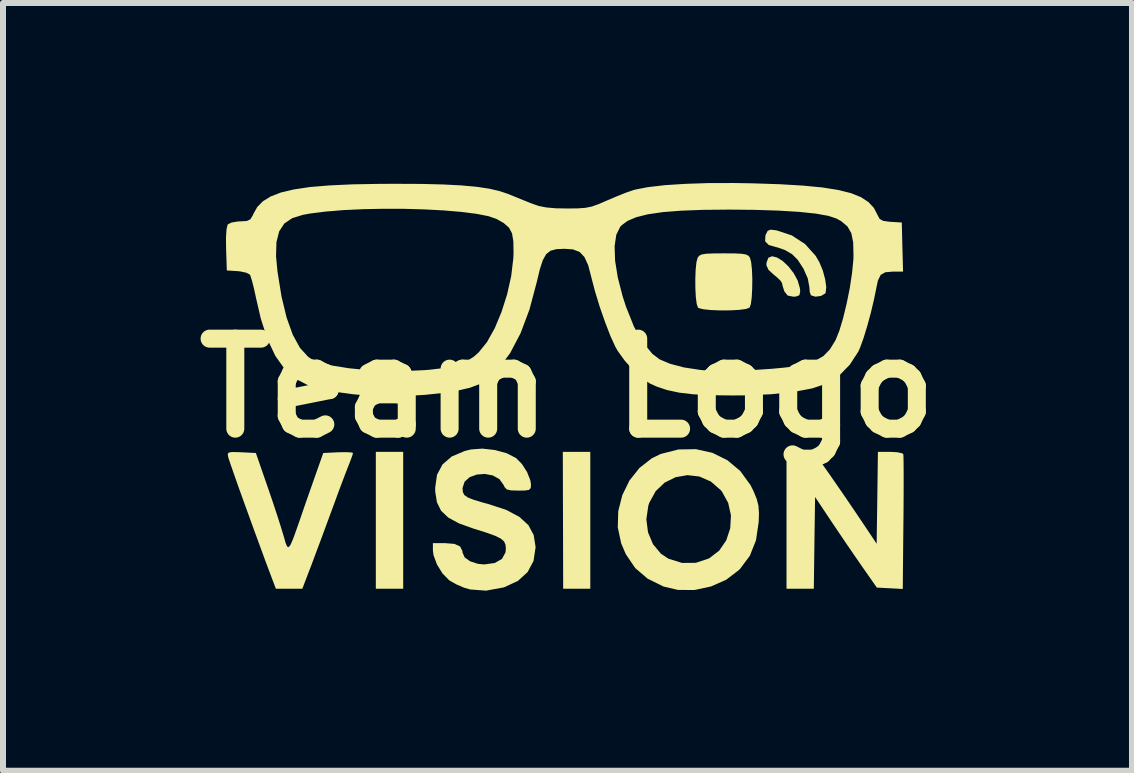
<source format=kicad_pcb>
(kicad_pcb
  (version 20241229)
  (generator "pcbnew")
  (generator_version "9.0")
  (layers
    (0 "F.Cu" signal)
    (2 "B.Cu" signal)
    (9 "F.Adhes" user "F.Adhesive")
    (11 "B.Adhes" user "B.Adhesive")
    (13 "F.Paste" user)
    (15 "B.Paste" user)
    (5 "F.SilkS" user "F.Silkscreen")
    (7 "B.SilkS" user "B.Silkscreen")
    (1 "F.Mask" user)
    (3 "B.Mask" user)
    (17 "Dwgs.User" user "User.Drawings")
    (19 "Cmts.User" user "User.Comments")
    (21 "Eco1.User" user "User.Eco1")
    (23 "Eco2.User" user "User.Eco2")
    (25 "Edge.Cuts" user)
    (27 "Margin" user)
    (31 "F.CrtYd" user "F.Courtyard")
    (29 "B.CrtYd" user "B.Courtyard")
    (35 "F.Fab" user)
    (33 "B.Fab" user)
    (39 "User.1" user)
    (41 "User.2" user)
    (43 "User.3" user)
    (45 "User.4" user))
  (footprint "Team Logo"
    (layer "F.Cu")
    (at 6.407 3.415)
    (property "Reference" "Team Logo" (at 0 0 0) (layer "F.SilkS") (effects (font (size 1.5 1.5) (thickness 0.3))))
    (attr board_only exclude_from_pos_files exclude_from_bom)
    (fp_poly (pts (xy -2.738 2.205) (xy -2.738 3.346) (xy -2.966 3.346) (xy -3.194 3.346) (xy -3.194 2.205) (xy -3.194 1.065) (xy -2.966 1.065) (xy -2.738 1.065)) (stroke (width 0) (type solid)) (fill yes) (layer "F.SilkS"))
    (fp_poly (pts (xy 0.38 2.205) (xy 0.38 3.346) (xy 0.154 3.346) (xy -0.072 3.346) (xy -0.075 2.205) (xy -0.078 1.065) (xy 0.151 1.065) (xy 0.38 1.065)) (stroke (width 0) (type solid)) (fill yes) (layer "F.SilkS"))
    (fp_poly (pts (xy 3.494 -2.173) (xy 3.588 -2.114) (xy 3.683 -2.024) (xy 3.769 -1.913) (xy 3.836 -1.79) (xy 3.873 -1.662) (xy 3.878 -1.607) (xy 3.864 -1.545) (xy 3.807 -1.523) (xy 3.763 -1.521) (xy 3.67 -1.539) (xy 3.617 -1.605) (xy 3.611 -1.618) (xy 3.584 -1.703) (xy 3.574 -1.75) (xy 3.547 -1.791) (xy 3.477 -1.856) (xy 3.439 -1.886) (xy 3.349 -1.969) (xy 3.315 -2.044) (xy 3.316 -2.087) (xy 3.347 -2.169) (xy 3.41 -2.195)) (stroke (width 0) (type solid)) (fill yes) (layer "F.SilkS"))
    (fp_poly (pts (xy 3.478 -2.627) (xy 3.486 -2.625) (xy 3.738 -2.542) (xy 3.96 -2.397) (xy 4.135 -2.202) (xy 4.197 -2.096) (xy 4.255 -1.956) (xy 4.294 -1.811) (xy 4.312 -1.682) (xy 4.303 -1.592) (xy 4.294 -1.574) (xy 4.224 -1.533) (xy 4.132 -1.521) (xy 4.059 -1.543) (xy 4.056 -1.546) (xy 4.037 -1.599) (xy 4.031 -1.68) (xy 4.004 -1.825) (xy 3.933 -1.987) (xy 3.836 -2.136) (xy 3.744 -2.228) (xy 3.626 -2.297) (xy 3.5 -2.342) (xy 3.483 -2.345) (xy 3.354 -2.382) (xy 3.294 -2.444) (xy 3.298 -2.537) (xy 3.305 -2.557) (xy 3.336 -2.618) (xy 3.385 -2.638)) (stroke (width 0) (type solid)) (fill yes) (layer "F.SilkS"))
    (fp_poly (pts (xy 2.785 -2.242) (xy 2.904 -2.236) (xy 2.977 -2.223) (xy 3.018 -2.201) (xy 3.041 -2.17) (xy 3.061 -2.093) (xy 3.074 -1.968) (xy 3.08 -1.814) (xy 3.078 -1.654) (xy 3.07 -1.507) (xy 3.055 -1.394) (xy 3.034 -1.338) (xy 2.974 -1.316) (xy 2.859 -1.301) (xy 2.71 -1.293) (xy 2.547 -1.292) (xy 2.392 -1.298) (xy 2.265 -1.311) (xy 2.186 -1.331) (xy 2.175 -1.338) (xy 2.154 -1.397) (xy 2.139 -1.511) (xy 2.131 -1.659) (xy 2.13 -1.82) (xy 2.136 -1.973) (xy 2.149 -2.097) (xy 2.169 -2.17) (xy 2.194 -2.203) (xy 2.238 -2.225) (xy 2.314 -2.237) (xy 2.438 -2.242) (xy 2.605 -2.243)) (stroke (width 0) (type solid)) (fill yes) (layer "F.SilkS"))
    (fp_poly (pts (xy 3.883 1.072) (xy 4.116 1.084) (xy 4.357 1.426) (xy 4.479 1.602) (xy 4.624 1.812) (xy 4.77 2.027) (xy 4.875 2.182) (xy 5.152 2.596) (xy 5.163 1.83) (xy 5.173 1.065) (xy 5.378 1.065) (xy 5.494 1.071) (xy 5.574 1.088) (xy 5.596 1.102) (xy 5.599 1.149) (xy 5.601 1.261) (xy 5.602 1.43) (xy 5.602 1.645) (xy 5.601 1.897) (xy 5.599 2.176) (xy 5.598 2.245) (xy 5.587 3.35) (xy 5.371 3.338) (xy 5.155 3.327) (xy 4.916 2.985) (xy 4.794 2.809) (xy 4.65 2.599) (xy 4.504 2.383) (xy 4.401 2.23) (xy 4.126 1.817) (xy 4.115 2.582) (xy 4.105 3.346) (xy 3.878 3.346) (xy 3.65 3.346) (xy 3.65 2.204) (xy 3.65 1.061)) (stroke (width 0) (type solid)) (fill yes) (layer "F.SilkS"))
    (fp_poly (pts (xy -5.473 1.07) (xy -5.434 1.072) (xy -5.193 1.084) (xy -4.989 1.673) (xy -4.914 1.892) (xy -4.844 2.104) (xy -4.784 2.291) (xy -4.74 2.435) (xy -4.725 2.485) (xy -4.697 2.585) (xy -4.672 2.643) (xy -4.646 2.654) (xy -4.614 2.611) (xy -4.571 2.511) (xy -4.512 2.347) (xy -4.463 2.207) (xy -4.392 2) (xy -4.309 1.762) (xy -4.229 1.535) (xy -4.204 1.464) (xy -4.07 1.084) (xy -3.822 1.072) (xy -3.696 1.07) (xy -3.607 1.074) (xy -3.574 1.084) (xy -3.587 1.13) (xy -3.621 1.222) (xy -3.646 1.286) (xy -3.684 1.383) (xy -3.742 1.535) (xy -3.813 1.724) (xy -3.89 1.934) (xy -3.934 2.053) (xy -4.02 2.286) (xy -4.109 2.527) (xy -4.193 2.751) (xy -4.262 2.937) (xy -4.284 2.994) (xy -4.419 3.346) (xy -4.64 3.346) (xy -4.86 3.346) (xy -4.957 3.089) (xy -5.039 2.87) (xy -5.128 2.627) (xy -5.222 2.371) (xy -5.315 2.114) (xy -5.405 1.866) (xy -5.487 1.638) (xy -5.556 1.441) (xy -5.61 1.286) (xy -5.645 1.183) (xy -5.655 1.148) (xy -5.662 1.101) (xy -5.644 1.076) (xy -5.587 1.068)) (stroke (width 0) (type solid)) (fill yes) (layer "F.SilkS"))
    (fp_poly (pts (xy 2.414 1.081) (xy 2.664 1.204) (xy 2.879 1.384) (xy 3.05 1.619) (xy 3.097 1.713) (xy 3.153 1.849) (xy 3.182 1.963) (xy 3.191 2.088) (xy 3.186 2.238) (xy 3.141 2.539) (xy 3.039 2.796) (xy 2.876 3.015) (xy 2.858 3.033) (xy 2.645 3.196) (xy 2.392 3.308) (xy 2.117 3.367) (xy 1.842 3.366) (xy 1.602 3.31) (xy 1.336 3.179) (xy 1.128 3.001) (xy 0.971 2.769) (xy 0.895 2.59) (xy 0.838 2.324) (xy 0.842 2.188) (xy 1.314 2.188) (xy 1.342 2.407) (xy 1.425 2.604) (xy 1.557 2.762) (xy 1.683 2.846) (xy 1.909 2.916) (xy 2.139 2.914) (xy 2.358 2.841) (xy 2.361 2.839) (xy 2.528 2.711) (xy 2.646 2.539) (xy 2.712 2.338) (xy 2.724 2.125) (xy 2.678 1.916) (xy 2.573 1.726) (xy 2.558 1.707) (xy 2.39 1.56) (xy 2.199 1.476) (xy 1.998 1.453) (xy 1.8 1.488) (xy 1.62 1.577) (xy 1.47 1.719) (xy 1.364 1.911) (xy 1.347 1.962) (xy 1.314 2.188) (xy 0.842 2.188) (xy 0.846 2.052) (xy 0.913 1.788) (xy 1.032 1.544) (xy 1.198 1.334) (xy 1.405 1.172) (xy 1.554 1.1) (xy 1.849 1.025) (xy 2.139 1.02)) (stroke (width 0) (type solid)) (fill yes) (layer "F.SilkS"))
    (fp_poly (pts (xy -1.211 1.034) (xy -1.013 1.088) (xy -0.858 1.168) (xy -0.856 1.169) (xy -0.758 1.269) (xy -0.673 1.403) (xy -0.619 1.539) (xy -0.608 1.612) (xy -0.613 1.668) (xy -0.64 1.698) (xy -0.708 1.709) (xy -0.818 1.711) (xy -0.942 1.707) (xy -1.011 1.691) (xy -1.048 1.653) (xy -1.064 1.618) (xy -1.135 1.519) (xy -1.245 1.458) (xy -1.376 1.433) (xy -1.51 1.443) (xy -1.629 1.486) (xy -1.715 1.562) (xy -1.749 1.668) (xy -1.749 1.673) (xy -1.744 1.736) (xy -1.719 1.784) (xy -1.662 1.825) (xy -1.563 1.864) (xy -1.407 1.911) (xy -1.304 1.939) (xy -1.017 2.034) (xy -0.801 2.149) (xy -0.651 2.287) (xy -0.563 2.452) (xy -0.532 2.649) (xy -0.532 2.659) (xy -0.566 2.883) (xy -0.665 3.069) (xy -0.827 3.216) (xy -1.05 3.319) (xy -1.073 3.326) (xy -1.359 3.378) (xy -1.623 3.358) (xy -1.728 3.327) (xy -1.851 3.274) (xy -1.961 3.212) (xy -1.975 3.202) (xy -2.084 3.09) (xy -2.175 2.942) (xy -2.232 2.789) (xy -2.243 2.709) (xy -2.243 2.586) (xy -2.042 2.586) (xy -1.883 2.599) (xy -1.789 2.642) (xy -1.751 2.718) (xy -1.749 2.744) (xy -1.714 2.823) (xy -1.623 2.889) (xy -1.493 2.931) (xy -1.388 2.941) (xy -1.212 2.917) (xy -1.092 2.849) (xy -1.033 2.74) (xy -1.027 2.681) (xy -1.033 2.612) (xy -1.057 2.557) (xy -1.112 2.51) (xy -1.208 2.463) (xy -1.355 2.41) (xy -1.563 2.345) (xy -1.809 2.257) (xy -1.987 2.16) (xy -2.107 2.046) (xy -2.176 1.905) (xy -2.204 1.728) (xy -2.205 1.665) (xy -2.175 1.448) (xy -2.083 1.275) (xy -1.929 1.142) (xy -1.711 1.05) (xy -1.609 1.025) (xy -1.42 1.011)) (stroke (width 0) (type solid)) (fill yes) (layer "F.SilkS"))
    (fp_poly (pts (xy 3.08 -3.41) (xy 3.537 -3.395) (xy 3.925 -3.372) (xy 4.248 -3.341) (xy 4.513 -3.299) (xy 4.725 -3.246) (xy 4.891 -3.179) (xy 5.016 -3.097) (xy 5.106 -3) (xy 5.166 -2.884) (xy 5.167 -2.882) (xy 5.201 -2.818) (xy 5.258 -2.785) (xy 5.362 -2.77) (xy 5.388 -2.768) (xy 5.571 -2.757) (xy 5.581 -2.348) (xy 5.592 -1.939) (xy 5.424 -1.939) (xy 5.296 -1.928) (xy 5.219 -1.884) (xy 5.173 -1.79) (xy 5.152 -1.692) (xy 5.11 -1.485) (xy 5.057 -1.259) (xy 4.996 -1.035) (xy 4.934 -0.832) (xy 4.876 -0.672) (xy 4.846 -0.605) (xy 4.705 -0.388) (xy 4.527 -0.206) (xy 4.33 -0.079) (xy 4.316 -0.072) (xy 4.079 0.007) (xy 3.77 0.066) (xy 3.39 0.105) (xy 2.94 0.124) (xy 2.738 0.125) (xy 2.387 0.121) (xy 2.098 0.106) (xy 1.86 0.078) (xy 1.66 0.035) (xy 1.484 -0.024) (xy 1.368 -0.077) (xy 1.239 -0.165) (xy 1.094 -0.298) (xy 0.954 -0.455) (xy 0.839 -0.614) (xy 0.798 -0.685) (xy 0.715 -0.867) (xy 0.626 -1.098) (xy 0.537 -1.353) (xy 0.46 -1.605) (xy 0.401 -1.829) (xy 0.398 -1.842) (xy 0.345 -2.045) (xy 0.282 -2.182) (xy 0.201 -2.267) (xy 0.091 -2.309) (xy -0.051 -2.319) (xy -0.184 -2.313) (xy -0.282 -2.287) (xy -0.355 -2.23) (xy -0.411 -2.13) (xy -0.461 -1.977) (xy -0.511 -1.768) (xy -0.633 -1.309) (xy -0.782 -0.912) (xy -0.956 -0.58) (xy -1.155 -0.316) (xy -1.376 -0.121) (xy -1.487 -0.055) (xy -1.63 -0.002) (xy -1.834 0.045) (xy -2.084 0.084) (xy -2.365 0.114) (xy -2.663 0.133) (xy -2.962 0.139) (xy -3.247 0.132) (xy -3.308 0.129) (xy -3.592 0.103) (xy -3.863 0.065) (xy -4.101 0.019) (xy -4.288 -0.031) (xy -4.315 -0.041) (xy -4.528 -0.151) (xy -4.711 -0.313) (xy -4.868 -0.533) (xy -5.001 -0.813) (xy -5.112 -1.16) (xy -5.191 -1.502) (xy -5.225 -1.658) (xy -5.258 -1.788) (xy -5.285 -1.872) (xy -5.294 -1.89) (xy -5.351 -1.92) (xy -5.453 -1.942) (xy -5.503 -1.947) (xy -5.677 -1.958) (xy -5.685 -2.196) (xy -4.857 -2.196) (xy -4.833 -1.94) (xy -4.766 -1.525) (xy -4.681 -1.173) (xy -4.578 -0.886) (xy -4.458 -0.668) (xy -4.323 -0.52) (xy -4.275 -0.487) (xy -4.123 -0.424) (xy -3.91 -0.371) (xy -3.648 -0.329) (xy -3.35 -0.299) (xy -3.031 -0.283) (xy -2.703 -0.282) (xy -2.38 -0.297) (xy -2.294 -0.304) (xy -2.039 -0.334) (xy -1.843 -0.377) (xy -1.687 -0.439) (xy -1.555 -0.526) (xy -1.478 -0.595) (xy -1.341 -0.765) (xy -1.213 -0.994) (xy -1.1 -1.265) (xy -1.006 -1.56) (xy -0.938 -1.864) (xy -0.903 -2.158) (xy -0.899 -2.249) (xy -0.901 -2.361) (xy 0.785 -2.361) (xy 0.793 -2.122) (xy 0.838 -1.842) (xy 0.918 -1.53) (xy 0.974 -1.357) (xy 1.108 -1.021) (xy 1.256 -0.758) (xy 1.416 -0.567) (xy 1.536 -0.476) (xy 1.709 -0.403) (xy 1.94 -0.342) (xy 2.215 -0.3) (xy 2.319 -0.29) (xy 2.472 -0.284) (xy 2.678 -0.285) (xy 2.916 -0.291) (xy 3.164 -0.303) (xy 3.401 -0.319) (xy 3.605 -0.338) (xy 3.688 -0.348) (xy 3.936 -0.392) (xy 4.123 -0.45) (xy 4.264 -0.531) (xy 4.373 -0.643) (xy 4.466 -0.795) (xy 4.468 -0.799) (xy 4.53 -0.953) (xy 4.593 -1.162) (xy 4.652 -1.406) (xy 4.704 -1.663) (xy 4.742 -1.914) (xy 4.764 -2.137) (xy 4.766 -2.212) (xy 4.761 -2.424) (xy 4.73 -2.578) (xy 4.666 -2.691) (xy 4.563 -2.778) (xy 4.481 -2.824) (xy 4.347 -2.868) (xy 4.14 -2.905) (xy 3.864 -2.934) (xy 3.521 -2.955) (xy 3.115 -2.968) (xy 2.7 -2.972) (xy 2.26 -2.968) (xy 1.891 -2.954) (xy 1.586 -2.93) (xy 1.34 -2.894) (xy 1.148 -2.846) (xy 1.003 -2.785) (xy 0.901 -2.71) (xy 0.878 -2.685) (xy 0.813 -2.552) (xy 0.785 -2.361) (xy -0.901 -2.361) (xy -0.902 -2.44) (xy -0.924 -2.575) (xy -0.975 -2.671) (xy -1.064 -2.749) (xy -1.182 -2.816) (xy -1.315 -2.862) (xy -1.512 -2.901) (xy -1.762 -2.933) (xy -2.054 -2.958) (xy -2.375 -2.975) (xy -2.715 -2.985) (xy -3.062 -2.986) (xy -3.405 -2.979) (xy -3.732 -2.964) (xy -4.032 -2.939) (xy -4.294 -2.906) (xy -4.408 -2.885) (xy -4.588 -2.829) (xy -4.719 -2.74) (xy -4.805 -2.609) (xy -4.85 -2.43) (xy -4.857 -2.196) (xy -5.685 -2.196) (xy -5.689 -2.317) (xy -5.691 -2.506) (xy -5.682 -2.644) (xy -5.664 -2.72) (xy -5.66 -2.726) (xy -5.598 -2.757) (xy -5.494 -2.774) (xy -5.452 -2.776) (xy -5.345 -2.782) (xy -5.285 -2.81) (xy -5.244 -2.877) (xy -5.234 -2.901) (xy -5.17 -3.015) (xy -5.076 -3.111) (xy -4.946 -3.191) (xy -4.776 -3.257) (xy -4.56 -3.308) (xy -4.293 -3.348) (xy -3.969 -3.375) (xy -3.583 -3.393) (xy -3.129 -3.401) (xy -2.871 -3.402) (xy -2.437 -3.4) (xy -2.071 -3.391) (xy -1.765 -3.375) (xy -1.511 -3.352) (xy -1.301 -3.32) (xy -1.126 -3.279) (xy -0.993 -3.234) (xy -0.853 -3.177) (xy -0.69 -3.111) (xy -0.608 -3.078) (xy -0.484 -3.034) (xy -0.355 -3.008) (xy -0.196 -2.994) (xy -0.019 -2.991) (xy 0.162 -2.992) (xy 0.295 -3.001) (xy 0.405 -3.023) (xy 0.521 -3.064) (xy 0.665 -3.127) (xy 0.826 -3.195) (xy 0.979 -3.256) (xy 1.099 -3.297) (xy 1.122 -3.304) (xy 1.337 -3.346) (xy 1.619 -3.379) (xy 1.959 -3.401) (xy 2.349 -3.414) (xy 2.78 -3.415)) (stroke (width 0) (type solid)) (fill yes) (layer "F.SilkS")))
  (gr_rect
    (start -3 -3)
    (end 15.814 9.794)
    (stroke (width 0.1) (type default))
    (fill no)
    (layer "Edge.Cuts")))
</source>
